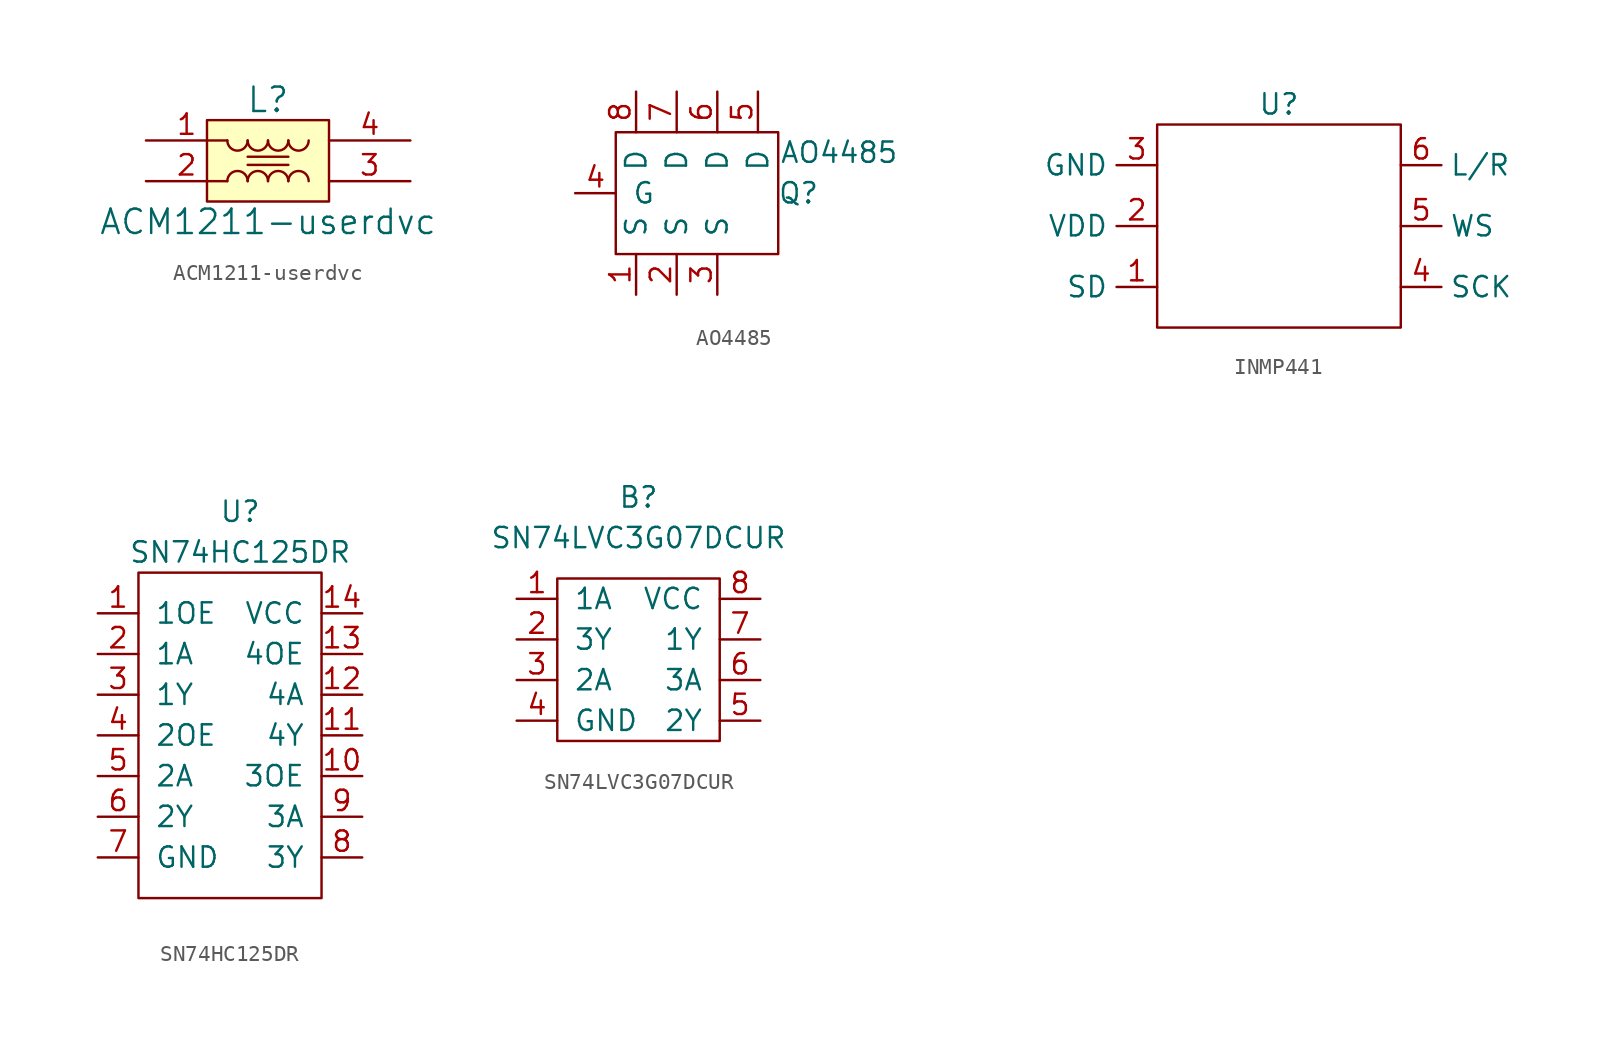
<source format=kicad_sym>
(kicad_symbol_lib
  (version 20220914)
  (generator kicad_symbol_editor)
  (symbol "ACM1211-userdvc"
    (pin_names
      (offset 1.016))
    (property "Reference" "L"
      (at 0 3.81 0)
      (effects (font (size 1.524 1.524))))
    (property "Value" "ACM1211-userdvc"
      (at 0 -3.81 0)
      (effects (font (size 1.524 1.524))))
    (symbol "ACM1211-userdvc_0_1"
      (rectangle (start -3.81 2.54) (end 3.81 -2.54) (stroke (width 0) (type solid)) (fill (type background)))
      (arc (start -2.54 1.27) (mid -1.905 0.6377) (end -1.27 1.27) (stroke (width 0) (type solid)) (fill (type none)))
      (arc (start -1.27 -1.27) (mid -1.905 -0.6377) (end -2.54 -1.27) (stroke (width 0) (type solid)) (fill (type none)))
      (arc (start -1.27 1.27) (mid -0.635 0.6377) (end 0 1.27) (stroke (width 0) (type solid)) (fill (type none)))
      (arc (start 0 -1.27) (mid -0.635 -0.6377) (end -1.27 -1.27) (stroke (width 0) (type solid)) (fill (type none)))
      (polyline (pts (xy -1.27 -0.254) (xy 1.27 -0.254)) (stroke (width 0) (type solid)) (fill (type none)))
      (polyline (pts (xy -1.27 0.254) (xy 1.27 0.254)) (stroke (width 0) (type solid)) (fill (type none)))
      (arc (start 0 1.27) (mid 0.635 0.6377) (end 1.27 1.27) (stroke (width 0) (type solid)) (fill (type none)))
      (arc (start 1.27 -1.27) (mid 0.635 -0.6377) (end 0 -1.27) (stroke (width 0) (type solid)) (fill (type none)))
      (arc (start 1.27 1.27) (mid 1.905 0.6377) (end 2.54 1.27) (stroke (width 0) (type solid)) (fill (type none)))
      (arc (start 2.54 -1.27) (mid 1.905 -0.6377) (end 1.27 -1.27) (stroke (width 0) (type solid)) (fill (type none))))
    (symbol "ACM1211-userdvc_1_1"
      (pin passive line (at -7.62 1.27 0) (length 5.08) (name "~" (effects (font (size 1.27 1.27)))) (number "1" (effects (font (size 1.27 1.27)))))
      (pin passive line (at -7.62 -1.27 0) (length 5.08) (name "~" (effects (font (size 1.27 1.27)))) (number "2" (effects (font (size 1.27 1.27)))))
      (pin passive line (at 8.89 -1.27 180) (length 5.08) (name "~" (effects (font (size 1.27 1.27)))) (number "3" (effects (font (size 1.27 1.27)))))
      (pin passive line (at 8.89 1.27 180) (length 5.08) (name "~" (effects (font (size 1.27 1.27)))) (number "4" (effects (font (size 1.27 1.27)))))))
  (symbol "AO4485"
    (pin_names
      (offset 1.016))
    (property "Reference" "Q"
      (at 11.43 -3.81 0)
      (effects (font (size 1.27 1.27))))
    (property "Value" "AO4485"
      (at 13.97 -1.27 0)
      (effects (font (size 1.27 1.27))))
    (symbol "AO4485_0_1"
      (rectangle (start 0 0) (end 10.16 -7.62) (stroke (width 0) (type solid)) (fill (type none))))
    (symbol "AO4485_1_1"
      (pin input line (at 1.27 -10.16 90) (length 2.54) (name "S" (effects (font (size 1.27 1.27)))) (number "1" (effects (font (size 1.27 1.27)))))
      (pin input line (at 3.81 -10.16 90) (length 2.54) (name "S" (effects (font (size 1.27 1.27)))) (number "2" (effects (font (size 1.27 1.27)))))
      (pin input line (at 6.35 -10.16 90) (length 2.54) (name "S" (effects (font (size 1.27 1.27)))) (number "3" (effects (font (size 1.27 1.27)))))
      (pin input line (at -2.54 -3.81 0) (length 2.54) (name "G" (effects (font (size 1.27 1.27)))) (number "4" (effects (font (size 1.27 1.27)))))
      (pin input line (at 8.89 2.54 270) (length 2.54) (name "D" (effects (font (size 1.27 1.27)))) (number "5" (effects (font (size 1.27 1.27)))))
      (pin input line (at 6.35 2.54 270) (length 2.54) (name "D" (effects (font (size 1.27 1.27)))) (number "6" (effects (font (size 1.27 1.27)))))
      (pin input line (at 3.81 2.54 270) (length 2.54) (name "D" (effects (font (size 1.27 1.27)))) (number "7" (effects (font (size 1.27 1.27)))))
      (pin input line (at 1.27 2.54 270) (length 2.54) (name "D" (effects (font (size 1.27 1.27)))) (number "8" (effects (font (size 1.27 1.27)))))))
  (symbol "INMP441"
    (property "Reference" "U"
      (at 8.89 7.62 0)
      (effects (font (size 1.27 1.27))))
    (property "Value" ""
      (at 0 0 0)
      (effects (font (size 1.27 1.27))))
    (symbol "INMP441_0_1"
      (rectangle (start 1.27 6.35) (end 16.51 -6.35) (stroke (width 0) (type default)) (fill (type none))))
    (symbol "INMP441_1_1"
      (pin output line (at 1.27 -3.81 180) (length 2.54) (name "SD" (effects (font (size 1.27 1.27)))) (number "1" (effects (font (size 1.27 1.27)))))
      (pin power_in line (at 1.27 0 180) (length 2.54) (name "VDD" (effects (font (size 1.27 1.27)))) (number "2" (effects (font (size 1.27 1.27)))))
      (pin power_in line (at 1.27 3.81 180) (length 2.54) (name "GND" (effects (font (size 1.27 1.27)))) (number "3" (effects (font (size 1.27 1.27)))))
      (pin output line (at 16.51 -3.81 0) (length 2.54) (name "SCK" (effects (font (size 1.27 1.27)))) (number "4" (effects (font (size 1.27 1.27)))))
      (pin output line (at 16.51 0 0) (length 2.54) (name "WS" (effects (font (size 1.27 1.27)))) (number "5" (effects (font (size 1.27 1.27)))))
      (pin input line (at 16.51 3.81 0) (length 2.54) (name "L/R" (effects (font (size 1.27 1.27)))) (number "6" (effects (font (size 1.27 1.27)))))))
  (symbol "SN74HC125DR"
    (pin_names
      (offset 1.016))
    (property "Reference" "U"
      (at 0 6.35 0)
      (effects (font (size 1.27 1.27))))
    (property "Value" "SN74HC125DR"
      (at 0 3.81 0)
      (effects (font (size 1.27 1.27))))
    (symbol "SN74HC125DR_0_1"
      (rectangle (start -6.35 2.54) (end 5.08 -17.78) (stroke (width 0) (type solid)) (fill (type none))))
    (symbol "SN74HC125DR_1_1"
      (pin input line (at -8.89 0 0) (length 2.54) (name "1OE" (effects (font (size 1.27 1.27)))) (number "1" (effects (font (size 1.27 1.27)))))
      (pin input line (at 7.62 -10.16 180) (length 2.54) (name "3OE" (effects (font (size 1.27 1.27)))) (number "10" (effects (font (size 1.27 1.27)))))
      (pin output line (at 7.62 -7.62 180) (length 2.54) (name "4Y" (effects (font (size 1.27 1.27)))) (number "11" (effects (font (size 1.27 1.27)))))
      (pin input line (at 7.62 -5.08 180) (length 2.54) (name "4A" (effects (font (size 1.27 1.27)))) (number "12" (effects (font (size 1.27 1.27)))))
      (pin input line (at 7.62 -2.54 180) (length 2.54) (name "4OE" (effects (font (size 1.27 1.27)))) (number "13" (effects (font (size 1.27 1.27)))))
      (pin input line (at 7.62 0 180) (length 2.54) (name "VCC" (effects (font (size 1.27 1.27)))) (number "14" (effects (font (size 1.27 1.27)))))
      (pin input line (at -8.89 -2.54 0) (length 2.54) (name "1A" (effects (font (size 1.27 1.27)))) (number "2" (effects (font (size 1.27 1.27)))))
      (pin output line (at -8.89 -5.08 0) (length 2.54) (name "1Y" (effects (font (size 1.27 1.27)))) (number "3" (effects (font (size 1.27 1.27)))))
      (pin input line (at -8.89 -7.62 0) (length 2.54) (name "2OE" (effects (font (size 1.27 1.27)))) (number "4" (effects (font (size 1.27 1.27)))))
      (pin input line (at -8.89 -10.16 0) (length 2.54) (name "2A" (effects (font (size 1.27 1.27)))) (number "5" (effects (font (size 1.27 1.27)))))
      (pin output line (at -8.89 -12.7 0) (length 2.54) (name "2Y" (effects (font (size 1.27 1.27)))) (number "6" (effects (font (size 1.27 1.27)))))
      (pin input line (at -8.89 -15.24 0) (length 2.54) (name "GND" (effects (font (size 1.27 1.27)))) (number "7" (effects (font (size 1.27 1.27)))))
      (pin output line (at 7.62 -15.24 180) (length 2.54) (name "3Y" (effects (font (size 1.27 1.27)))) (number "8" (effects (font (size 1.27 1.27)))))
      (pin input line (at 7.62 -12.7 180) (length 2.54) (name "3A" (effects (font (size 1.27 1.27)))) (number "9" (effects (font (size 1.27 1.27)))))))
  (symbol "SN74LVC3G07DCUR"
    (pin_names
      (offset 1.016))
    (property "Reference" "B"
      (at 0 10.16 0)
      (effects (font (size 1.27 1.27))))
    (property "Value" "SN74LVC3G07DCUR"
      (at 0 7.62 0)
      (effects (font (size 1.27 1.27))))
    (symbol "SN74LVC3G07DCUR_0_1"
      (rectangle (start -5.08 5.08) (end 5.08 -5.08) (stroke (width 0) (type solid)) (fill (type none))))
    (symbol "SN74LVC3G07DCUR_1_1"
      (pin input line (at -7.62 3.81 0) (length 2.54) (name "1A" (effects (font (size 1.27 1.27)))) (number "1" (effects (font (size 1.27 1.27)))))
      (pin input line (at -7.62 1.27 0) (length 2.54) (name "3Y" (effects (font (size 1.27 1.27)))) (number "2" (effects (font (size 1.27 1.27)))))
      (pin input line (at -7.62 -1.27 0) (length 2.54) (name "2A" (effects (font (size 1.27 1.27)))) (number "3" (effects (font (size 1.27 1.27)))))
      (pin input line (at -7.62 -3.81 0) (length 2.54) (name "GND" (effects (font (size 1.27 1.27)))) (number "4" (effects (font (size 1.27 1.27)))))
      (pin input line (at 7.62 -3.81 180) (length 2.54) (name "2Y" (effects (font (size 1.27 1.27)))) (number "5" (effects (font (size 1.27 1.27)))))
      (pin input line (at 7.62 -1.27 180) (length 2.54) (name "3A" (effects (font (size 1.27 1.27)))) (number "6" (effects (font (size 1.27 1.27)))))
      (pin input line (at 7.62 1.27 180) (length 2.54) (name "1Y" (effects (font (size 1.27 1.27)))) (number "7" (effects (font (size 1.27 1.27)))))
      (pin input line (at 7.62 3.81 180) (length 2.54) (name "VCC" (effects (font (size 1.27 1.27)))) (number "8" (effects (font (size 1.27 1.27))))))))
</source>
